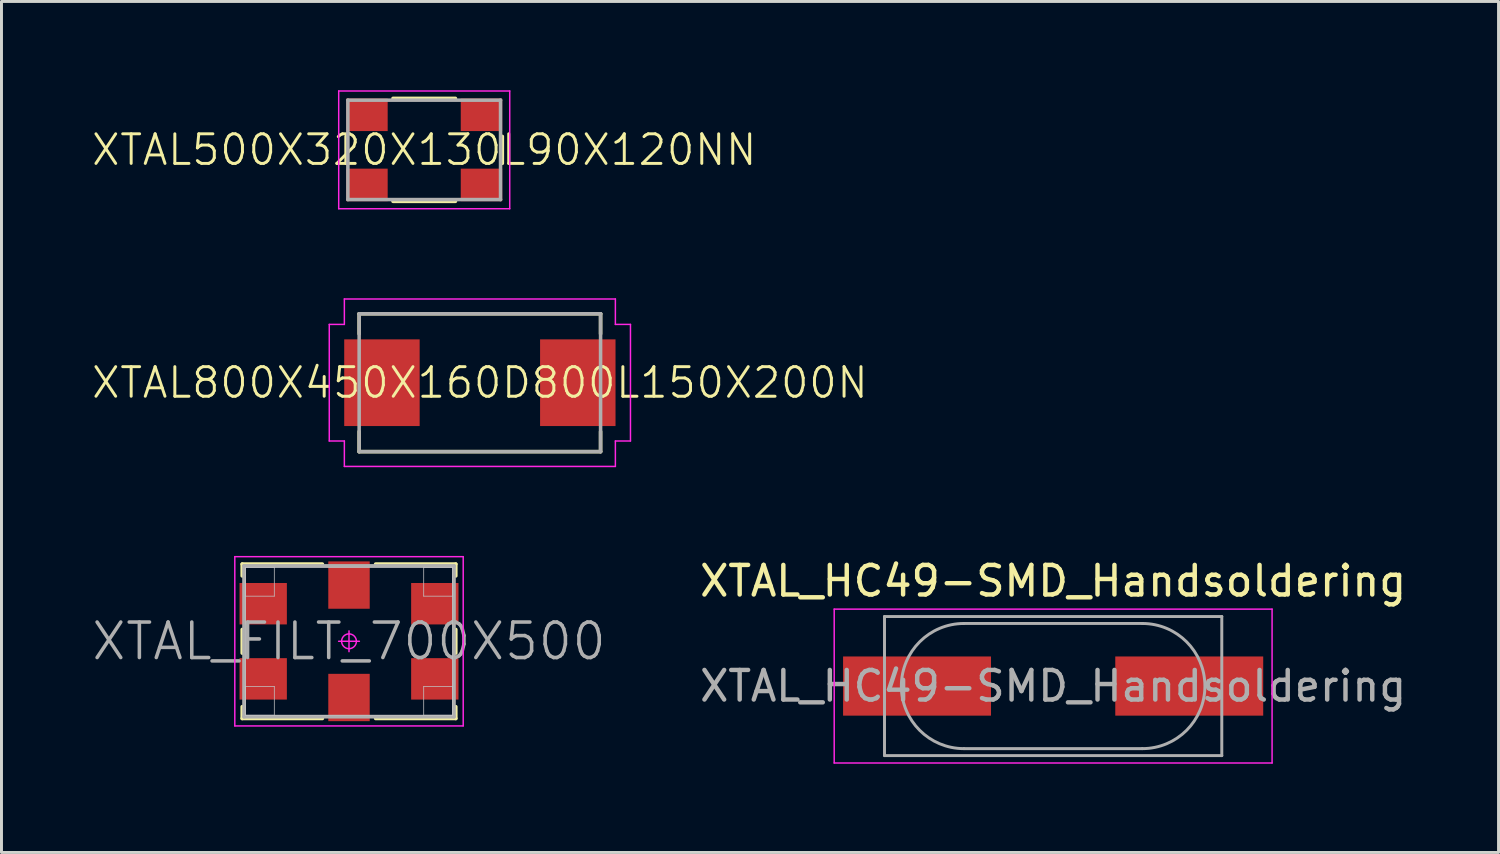
<source format=kicad_pcb>
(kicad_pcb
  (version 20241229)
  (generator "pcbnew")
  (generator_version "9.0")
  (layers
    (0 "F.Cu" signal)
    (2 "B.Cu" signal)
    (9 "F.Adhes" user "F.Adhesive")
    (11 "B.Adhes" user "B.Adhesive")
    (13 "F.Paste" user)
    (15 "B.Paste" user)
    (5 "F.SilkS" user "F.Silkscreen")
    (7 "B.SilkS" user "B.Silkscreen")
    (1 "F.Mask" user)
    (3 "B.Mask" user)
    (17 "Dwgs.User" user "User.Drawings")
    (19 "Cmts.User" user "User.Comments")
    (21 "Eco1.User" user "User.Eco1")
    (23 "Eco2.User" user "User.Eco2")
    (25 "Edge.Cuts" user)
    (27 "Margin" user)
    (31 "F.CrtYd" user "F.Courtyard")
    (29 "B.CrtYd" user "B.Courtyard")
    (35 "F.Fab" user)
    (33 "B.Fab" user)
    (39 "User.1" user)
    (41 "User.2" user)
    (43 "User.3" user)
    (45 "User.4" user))
  (footprint "XTAL_FILT_700X500"
    (layer "F.Cu")
    (at 8.746 18.625)
    (property "Reference" "XTAL_FILT_700X500" (at 0 0 0) (layer "F.Fab") (effects (font (size 1.2 1.2) (thickness 0.12))))
    (attr smd)
    (fp_line (start -3.61 -2.61) (end -3.61 -2.21) (stroke (width 0.12) (type solid)) (layer "F.SilkS"))
    (fp_line (start -3.61 0.4) (end -3.61 -0.4) (stroke (width 0.12) (type solid)) (layer "F.SilkS"))
    (fp_line (start -3.61 2.21) (end -3.61 2.61) (stroke (width 0.12) (type solid)) (layer "F.SilkS"))
    (fp_line (start -3.61 2.61) (end -0.9 2.61) (stroke (width 0.12) (type solid)) (layer "F.SilkS"))
    (fp_line (start -0.9 -2.61) (end -3.61 -2.61) (stroke (width 0.12) (type solid)) (layer "F.SilkS"))
    (fp_line (start 0.9 2.61) (end 3.61 2.61) (stroke (width 0.12) (type solid)) (layer "F.SilkS"))
    (fp_line (start 3.61 -2.61) (end 0.9 -2.61) (stroke (width 0.12) (type solid)) (layer "F.SilkS"))
    (fp_line (start 3.61 -2.21) (end 3.61 -2.61) (stroke (width 0.12) (type solid)) (layer "F.SilkS"))
    (fp_line (start 3.61 0.4) (end 3.61 -0.4) (stroke (width 0.12) (type solid)) (layer "F.SilkS"))
    (fp_line (start 3.61 2.61) (end 3.61 2.21) (stroke (width 0.12) (type solid)) (layer "F.SilkS"))
    (fp_line (start -3.5 -2.5) (end -2.525 -2.5) (stroke (width 0.025) (type solid)) (layer "Dwgs.User"))
    (fp_line (start -3.5 -2.5) (end 3.5 -2.5) (stroke (width 0.025) (type solid)) (layer "Dwgs.User"))
    (fp_line (start -3.5 -1.525) (end -3.5 -2.5) (stroke (width 0.025) (type solid)) (layer "Dwgs.User"))
    (fp_line (start -3.5 1.525) (end -2.525 1.525) (stroke (width 0.025) (type solid)) (layer "Dwgs.User"))
    (fp_line (start -3.5 2.5) (end -3.5 -2.5) (stroke (width 0.025) (type solid)) (layer "Dwgs.User"))
    (fp_line (start -3.5 2.5) (end -3.5 1.525) (stroke (width 0.025) (type solid)) (layer "Dwgs.User"))
    (fp_line (start -2.525 -2.5) (end -2.525 -1.525) (stroke (width 0.025) (type solid)) (layer "Dwgs.User"))
    (fp_line (start -2.525 -1.525) (end -3.5 -1.525) (stroke (width 0.025) (type solid)) (layer "Dwgs.User"))
    (fp_line (start -2.525 1.525) (end -2.525 2.5) (stroke (width 0.025) (type solid)) (layer "Dwgs.User"))
    (fp_line (start -2.525 2.5) (end -3.5 2.5) (stroke (width 0.025) (type solid)) (layer "Dwgs.User"))
    (fp_line (start 2.525 -2.5) (end 3.5 -2.5) (stroke (width 0.025) (type solid)) (layer "Dwgs.User"))
    (fp_line (start 2.525 -1.525) (end 2.525 -2.5) (stroke (width 0.025) (type solid)) (layer "Dwgs.User"))
    (fp_line (start 2.525 1.525) (end 3.5 1.525) (stroke (width 0.025) (type solid)) (layer "Dwgs.User"))
    (fp_line (start 2.525 2.5) (end 2.525 1.525) (stroke (width 0.025) (type solid)) (layer "Dwgs.User"))
    (fp_line (start 3.5 -2.5) (end 3.5 -1.525) (stroke (width 0.025) (type solid)) (layer "Dwgs.User"))
    (fp_line (start 3.5 -2.5) (end 3.5 2.5) (stroke (width 0.025) (type solid)) (layer "Dwgs.User"))
    (fp_line (start 3.5 -1.525) (end 2.525 -1.525) (stroke (width 0.025) (type solid)) (layer "Dwgs.User"))
    (fp_line (start 3.5 1.525) (end 3.5 2.5) (stroke (width 0.025) (type solid)) (layer "Dwgs.User"))
    (fp_line (start 3.5 2.5) (end -3.5 2.5) (stroke (width 0.025) (type solid)) (layer "Dwgs.User"))
    (fp_line (start 3.5 2.5) (end 2.525 2.5) (stroke (width 0.025) (type solid)) (layer "Dwgs.User"))
    (fp_line (start -3.86 -2.86) (end 3.86 -2.86) (stroke (width 0.05) (type solid)) (layer "F.CrtYd"))
    (fp_line (start -3.86 2.86) (end -3.86 -2.86) (stroke (width 0.05) (type solid)) (layer "F.CrtYd"))
    (fp_line (start -0.35 0) (end 0.35 0) (stroke (width 0.05) (type solid)) (layer "F.CrtYd"))
    (fp_line (start 0 -0.35) (end 0 0.35) (stroke (width 0.05) (type solid)) (layer "F.CrtYd"))
    (fp_line (start 3.86 -2.86) (end 3.86 2.86) (stroke (width 0.05) (type solid)) (layer "F.CrtYd"))
    (fp_line (start 3.86 2.86) (end -3.86 2.86) (stroke (width 0.05) (type solid)) (layer "F.CrtYd"))
    (fp_circle (center 0 0) (end 0 0.25) (stroke (width 0.05) (type solid)) (fill no) (layer "F.CrtYd"))
    (fp_line (start -3.55 -2.55) (end 3.55 -2.55) (stroke (width 0.12) (type solid)) (layer "F.Fab"))
    (fp_line (start -3.55 2.55) (end -3.55 -2.55) (stroke (width 0.12) (type solid)) (layer "F.Fab"))
    (fp_line (start 3.55 -2.55) (end 3.55 2.55) (stroke (width 0.12) (type solid)) (layer "F.Fab"))
    (fp_line (start 3.55 2.55) (end -3.55 2.55) (stroke (width 0.12) (type solid)) (layer "F.Fab"))
    (pad "1" smd rect (at -2.9 1.27) (size 1.6 1.4) (layers "F.Cu" "F.Mask" "F.Paste"))
    (pad "2" smd rect (at 0 1.9) (size 1.4 1.6) (layers "F.Cu" "F.Mask" "F.Paste"))
    (pad "3" smd rect (at 2.9 1.27) (size 1.6 1.4) (layers "F.Cu" "F.Mask" "F.Paste"))
    (pad "4" smd rect (at 2.9 -1.27) (size 1.6 1.4) (layers "F.Cu" "F.Mask" "F.Paste"))
    (pad "5" smd rect (at 0 -1.9) (size 1.4 1.6) (layers "F.Cu" "F.Mask" "F.Paste"))
    (pad "6" smd rect (at -2.9 -1.27) (size 1.6 1.4) (layers "F.Cu" "F.Mask" "F.Paste")))
  (footprint "XTAL_HC49-SMD_Handsoldering"
    (layer "F.Cu")
    (at 32.545 20.138)
    (property "Reference" "XTAL_HC49-SMD_Handsoldering" (at 0 -3.55 0) (layer "F.SilkS") (effects (font (size 1 1) (thickness 0.15))))
    (attr smd)
    (fp_line (start -7.4 -2.6) (end -7.4 2.6) (stroke (width 0.05) (type solid)) (layer "F.CrtYd"))
    (fp_line (start -7.4 2.6) (end 7.4 2.6) (stroke (width 0.05) (type solid)) (layer "F.CrtYd"))
    (fp_line (start 7.4 -2.6) (end -7.4 -2.6) (stroke (width 0.05) (type solid)) (layer "F.CrtYd"))
    (fp_line (start 7.4 2.6) (end 7.4 -2.6) (stroke (width 0.05) (type solid)) (layer "F.CrtYd"))
    (fp_line (start -5.7 -2.35) (end -5.7 2.35) (stroke (width 0.1) (type solid)) (layer "F.Fab"))
    (fp_line (start -5.7 2.35) (end 5.7 2.35) (stroke (width 0.1) (type solid)) (layer "F.Fab"))
    (fp_line (start -3.015 -2.115) (end 3.015 -2.115) (stroke (width 0.1) (type solid)) (layer "F.Fab"))
    (fp_line (start -3.015 2.115) (end 3.015 2.115) (stroke (width 0.1) (type solid)) (layer "F.Fab"))
    (fp_line (start 5.7 -2.35) (end -5.7 -2.35) (stroke (width 0.1) (type solid)) (layer "F.Fab"))
    (fp_line (start 5.7 2.35) (end 5.7 -2.35) (stroke (width 0.1) (type solid)) (layer "F.Fab"))
    (fp_arc (start -3.015 2.115) (mid -5.13 0) (end -3.015 -2.115) (stroke (width 0.1) (type solid)) (layer "F.Fab"))
    (fp_arc (start 3.015 -2.115) (mid 5.13 0) (end 3.015 2.115) (stroke (width 0.1) (type solid)) (layer "F.Fab"))
    (fp_text user "${REFERENCE}" (at 0 0 0) (layer "F.Fab") (effects (font (size 1 1) (thickness 0.15))))
    (pad "1" smd rect (at -4.6 0) (size 5 2) (layers "F.Cu" "F.Mask" "F.Paste"))
    (pad "2" smd rect (at 4.6 0) (size 5 2) (layers "F.Cu" "F.Mask" "F.Paste")))
  (footprint "XTAL500X320X130L90X120NN"
    (layer "F.Cu")
    (at 11.288 2.015)
    (property "Reference" "XTAL500X320X130L90X120NN" (at 0 0 0) (layer "F.SilkS") (effects (font (size 1 1) (thickness 0.1))))
    (attr smd)
    (fp_line (start -2.64 0.455) (end -2.64 -0.455) (stroke (width 0.12) (type solid)) (layer "F.SilkS"))
    (fp_line (start -1.055 1.74) (end 1.055 1.74) (stroke (width 0.12) (type solid)) (layer "F.SilkS"))
    (fp_line (start 1.055 -1.74) (end -1.055 -1.74) (stroke (width 0.12) (type solid)) (layer "F.SilkS"))
    (fp_line (start 2.64 0.455) (end 2.64 -0.455) (stroke (width 0.12) (type solid)) (layer "F.SilkS"))
    (fp_line (start -2.89 -1.99) (end 2.89 -1.99) (stroke (width 0.05) (type solid)) (layer "F.CrtYd"))
    (fp_line (start -2.89 1.99) (end -2.89 -1.99) (stroke (width 0.05) (type solid)) (layer "F.CrtYd"))
    (fp_line (start 2.89 -1.99) (end 2.89 1.99) (stroke (width 0.05) (type solid)) (layer "F.CrtYd"))
    (fp_line (start 2.89 1.99) (end -2.89 1.99) (stroke (width 0.05) (type solid)) (layer "F.CrtYd"))
    (fp_line (start -2.58 -1.68) (end 2.58 -1.68) (stroke (width 0.12) (type solid)) (layer "F.Fab"))
    (fp_line (start -2.58 1.68) (end -2.58 -1.68) (stroke (width 0.12) (type solid)) (layer "F.Fab"))
    (fp_line (start 2.58 -1.68) (end 2.58 1.68) (stroke (width 0.12) (type solid)) (layer "F.Fab"))
    (fp_line (start 2.58 1.68) (end -2.58 1.68) (stroke (width 0.12) (type solid)) (layer "F.Fab"))
    (pad "1" smd rect (at -1.935 1.185 90) (size 1.1 1.4) (layers "F.Cu" "F.Mask" "F.Paste"))
    (pad "2" smd rect (at 1.935 1.185 90) (size 1.1 1.4) (layers "F.Cu" "F.Mask" "F.Paste"))
    (pad "3" smd rect (at 1.935 -1.185 90) (size 1.1 1.4) (layers "F.Cu" "F.Mask" "F.Paste"))
    (pad "4" smd rect (at -1.935 -1.185 90) (size 1.1 1.4) (layers "F.Cu" "F.Mask" "F.Paste")))
  (footprint "XTAL800X450X160D800L150X200N"
    (layer "F.Cu")
    (at 13.169 9.885)
    (property "Reference" "XTAL800X450X160D800L150X200N" (at 0 0 0) (layer "F.SilkS") (effects (font (size 1 1) (thickness 0.1))))
    (attr smd)
    (fp_line (start -4.08 -2.33) (end -4.08 -1.65) (stroke (width 0.12) (type solid)) (layer "F.SilkS"))
    (fp_line (start -4.08 2.33) (end -4.08 1.65) (stroke (width 0.12) (type solid)) (layer "F.SilkS"))
    (fp_line (start 4.08 -2.33) (end -4.08 -2.33) (stroke (width 0.12) (type solid)) (layer "F.SilkS"))
    (fp_line (start 4.08 -1.65) (end 4.08 -2.33) (stroke (width 0.12) (type solid)) (layer "F.SilkS"))
    (fp_line (start 4.08 1.65) (end 4.08 2.33) (stroke (width 0.12) (type solid)) (layer "F.SilkS"))
    (fp_line (start 4.08 2.33) (end -4.08 2.33) (stroke (width 0.12) (type solid)) (layer "F.SilkS"))
    (fp_line (start -5.09 -1.97) (end -5.09 1.97) (stroke (width 0.05) (type solid)) (layer "F.CrtYd"))
    (fp_line (start -5.09 1.97) (end -4.58 1.97) (stroke (width 0.05) (type solid)) (layer "F.CrtYd"))
    (fp_line (start -4.58 -2.83) (end -4.58 -1.97) (stroke (width 0.05) (type solid)) (layer "F.CrtYd"))
    (fp_line (start -4.58 -1.97) (end -5.09 -1.97) (stroke (width 0.05) (type solid)) (layer "F.CrtYd"))
    (fp_line (start -4.58 1.97) (end -4.58 2.83) (stroke (width 0.05) (type solid)) (layer "F.CrtYd"))
    (fp_line (start -4.58 2.83) (end 4.58 2.83) (stroke (width 0.05) (type solid)) (layer "F.CrtYd"))
    (fp_line (start 4.58 -2.83) (end -4.58 -2.83) (stroke (width 0.05) (type solid)) (layer "F.CrtYd"))
    (fp_line (start 4.58 -1.97) (end 4.58 -2.83) (stroke (width 0.05) (type solid)) (layer "F.CrtYd"))
    (fp_line (start 4.58 1.97) (end 5.09 1.97) (stroke (width 0.05) (type solid)) (layer "F.CrtYd"))
    (fp_line (start 4.58 2.83) (end 4.58 1.97) (stroke (width 0.05) (type solid)) (layer "F.CrtYd"))
    (fp_line (start 5.09 -1.97) (end 4.58 -1.97) (stroke (width 0.05) (type solid)) (layer "F.CrtYd"))
    (fp_line (start 5.09 1.97) (end 5.09 -1.97) (stroke (width 0.05) (type solid)) (layer "F.CrtYd"))
    (fp_line (start -4.08 -2.33) (end 4.08 -2.33) (stroke (width 0.12) (type solid)) (layer "F.Fab"))
    (fp_line (start -4.08 2.33) (end -4.08 -2.33) (stroke (width 0.12) (type solid)) (layer "F.Fab"))
    (fp_line (start 4.08 -2.33) (end 4.08 2.33) (stroke (width 0.12) (type solid)) (layer "F.Fab"))
    (fp_line (start 4.08 2.33) (end -4.08 2.33) (stroke (width 0.12) (type solid)) (layer "F.Fab"))
    (pad "1" smd rect (at -3.31 0) (size 2.55 2.93) (layers "F.Cu" "F.Mask" "F.Paste"))
    (pad "2" smd rect (at 3.31 0) (size 2.55 2.93) (layers "F.Cu" "F.Mask" "F.Paste")))
  (gr_rect
    (start -3 -3)
    (end 47.599 25.763)
    (stroke (width 0.1) (type default))
    (fill no)
    (layer "Edge.Cuts")))
</source>
